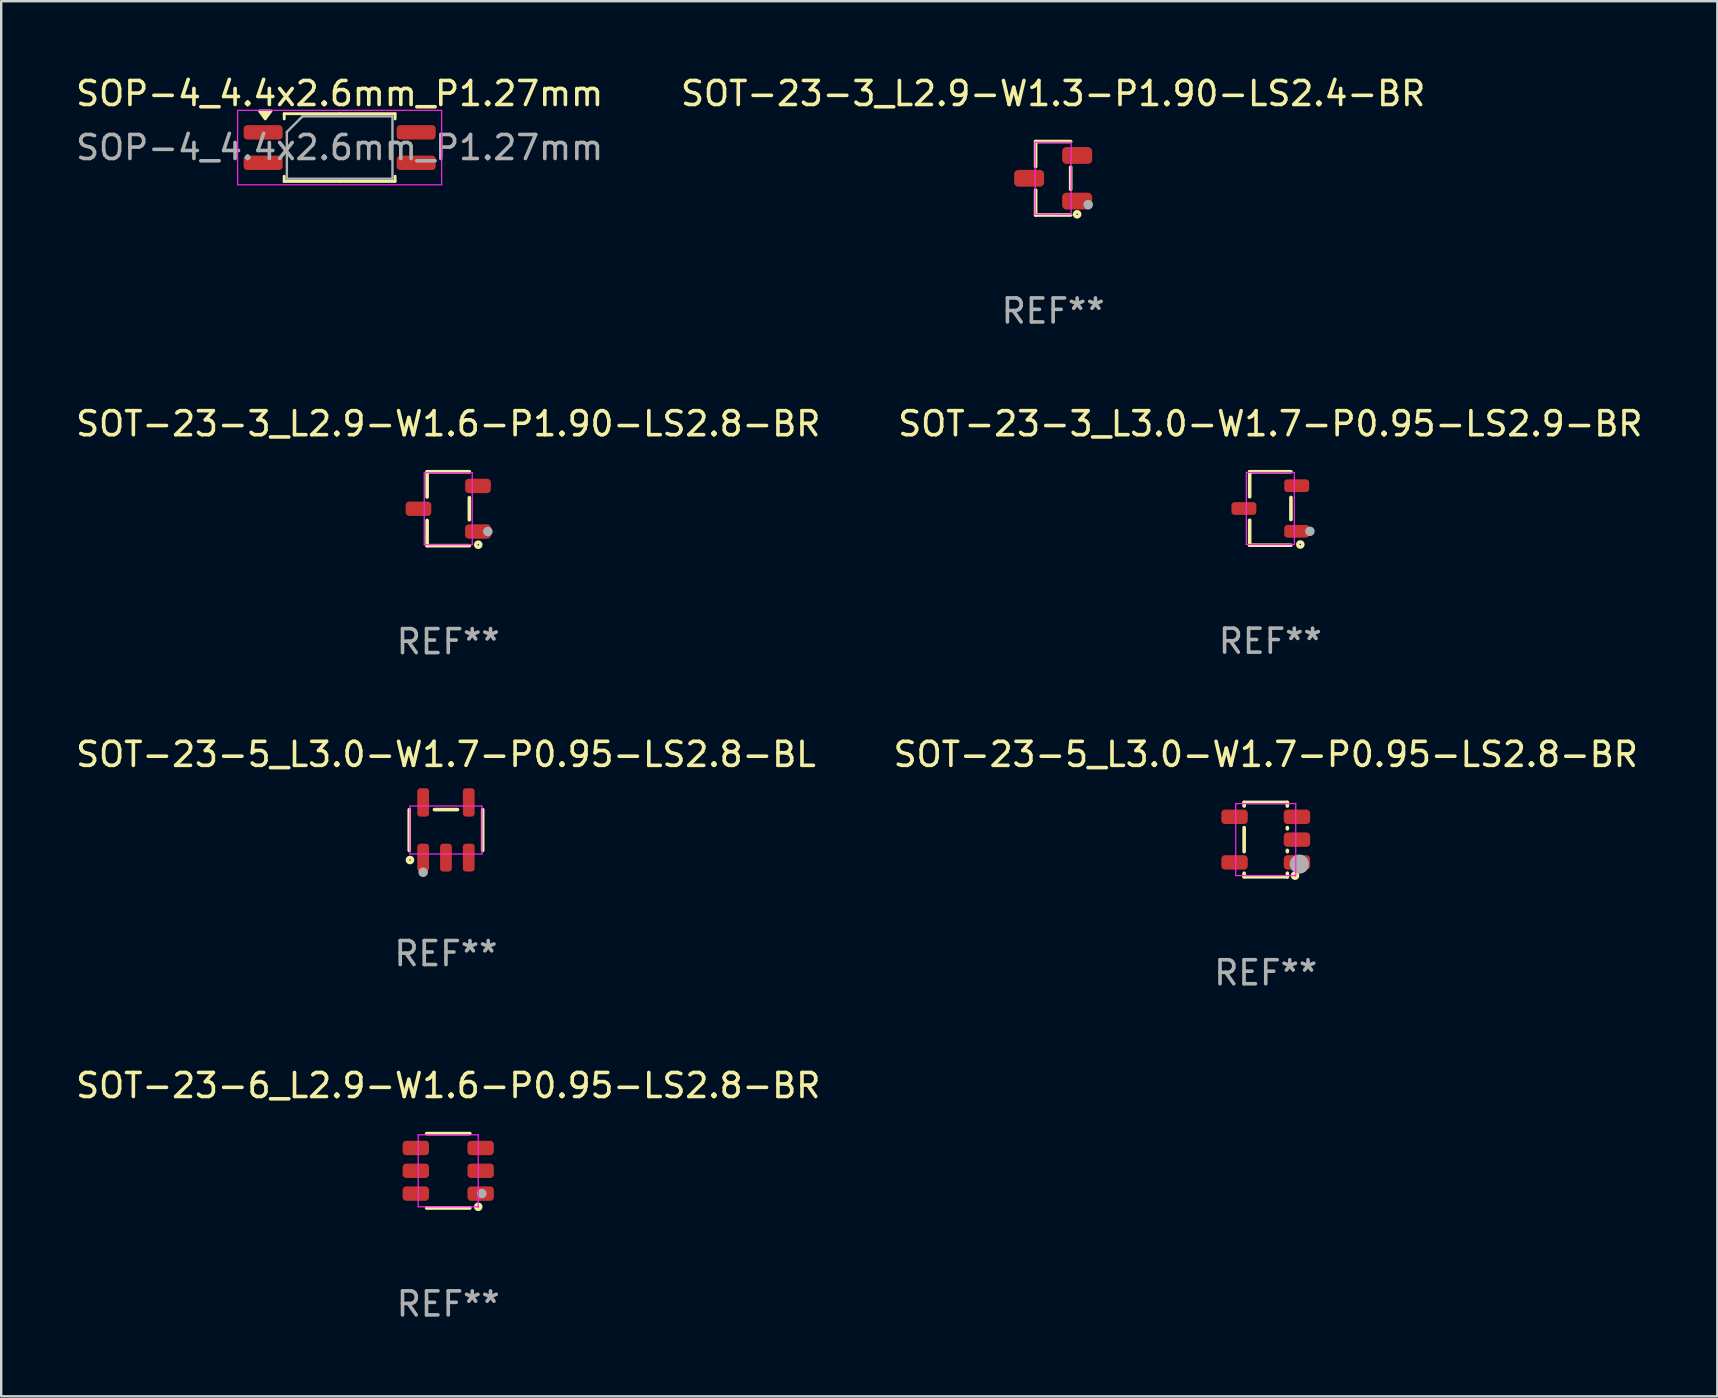
<source format=kicad_pcb>
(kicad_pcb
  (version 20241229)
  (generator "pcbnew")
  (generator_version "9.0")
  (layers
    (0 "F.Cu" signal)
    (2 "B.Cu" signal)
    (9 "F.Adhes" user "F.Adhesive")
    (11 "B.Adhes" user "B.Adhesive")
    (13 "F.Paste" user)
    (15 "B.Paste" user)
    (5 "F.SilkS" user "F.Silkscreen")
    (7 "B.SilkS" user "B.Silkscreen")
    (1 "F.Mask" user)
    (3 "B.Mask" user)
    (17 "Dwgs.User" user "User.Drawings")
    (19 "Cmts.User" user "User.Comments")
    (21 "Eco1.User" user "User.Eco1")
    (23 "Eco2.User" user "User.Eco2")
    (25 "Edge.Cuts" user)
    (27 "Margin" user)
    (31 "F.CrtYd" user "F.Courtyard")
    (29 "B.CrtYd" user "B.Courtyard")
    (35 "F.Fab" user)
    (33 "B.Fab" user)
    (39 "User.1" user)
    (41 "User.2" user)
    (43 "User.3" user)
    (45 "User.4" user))
  (footprint "SOT-23-3_L2.9-W1.6-P1.90-LS2.8-BR"
    (layer "F.Cu")
    (at 15.625 18.145)
    (property "Reference" "SOT-23-3_L2.9-W1.6-P1.90-LS2.8-BR" (at 0 -3.54 0) (layer "F.SilkS") (effects (font (size 1 1) (thickness 0.15))))
    (attr smd)
    (fp_line (start -0.88 -1.54) (end -0.88 -0.49) (stroke (width 0.15) (type solid)) (layer "F.SilkS"))
    (fp_line (start -0.88 1.54) (end -0.88 0.49) (stroke (width 0.15) (type solid)) (layer "F.SilkS"))
    (fp_line (start 0.88 -1.54) (end -0.88 -1.54) (stroke (width 0.15) (type solid)) (layer "F.SilkS"))
    (fp_line (start 0.88 -0.46) (end 0.88 0.46) (stroke (width 0.15) (type solid)) (layer "F.SilkS"))
    (fp_line (start 0.88 1.54) (end -0.88 1.54) (stroke (width 0.15) (type solid)) (layer "F.SilkS"))
    (fp_circle (center 1.25 1.5) (end 1.28 1.5) (stroke (width 0.15) (type solid)) (fill no) (layer "F.SilkS"))
    (fp_line (start -1 -1.5) (end -1 1.5) (stroke (width 0.05) (type default)) (layer "F.CrtYd"))
    (fp_line (start -1 1.5) (end 1 1.5) (stroke (width 0.05) (type default)) (layer "F.CrtYd"))
    (fp_line (start 1 -1.5) (end -1 -1.5) (stroke (width 0.05) (type default)) (layer "F.CrtYd"))
    (fp_line (start 1 1.5) (end 1 -1.5) (stroke (width 0.05) (type default)) (layer "F.CrtYd"))
    (fp_circle (center 1.65 0.95) (end 1.75 0.95) (stroke (width 0.2) (type solid)) (fill no) (layer "F.Fab"))
    (fp_text user "REF**" (at 0 5.54 0) (layer "F.Fab") (effects (font (size 1 1) (thickness 0.15))))
    (pad "1" smd roundrect (at 1.24 0.95) (size 1.07 0.6) (layers "F.Cu" "F.Mask" "F.Paste") (roundrect_rratio 0.25))
    (pad "2" smd roundrect (at 1.24 -0.95) (size 1.07 0.6) (layers "F.Cu" "F.Mask" "F.Paste") (roundrect_rratio 0.25))
    (pad "3" smd roundrect (at -1.24 0) (size 1.07 0.6) (layers "F.Cu" "F.Mask" "F.Paste") (roundrect_rratio 0.25)))
  (footprint "SOT-23-3_L2.9-W1.3-P1.90-LS2.4-BR"
    (layer "F.Cu")
    (at 40.827 4.378)
    (property "Reference" "SOT-23-3_L2.9-W1.3-P1.90-LS2.4-BR" (at 0 -3.53 0) (layer "F.SilkS") (effects (font (size 1 1) (thickness 0.15))))
    (attr smd)
    (fp_line (start -0.73 -1.53) (end -0.73 -0.49) (stroke (width 0.15) (type solid)) (layer "F.SilkS"))
    (fp_line (start -0.73 1.53) (end -0.73 0.49) (stroke (width 0.15) (type solid)) (layer "F.SilkS"))
    (fp_line (start 0.73 -1.53) (end -0.73 -1.53) (stroke (width 0.15) (type solid)) (layer "F.SilkS"))
    (fp_line (start 0.73 -0.46) (end 0.73 0.46) (stroke (width 0.15) (type solid)) (layer "F.SilkS"))
    (fp_line (start 0.73 1.53) (end -0.73 1.53) (stroke (width 0.15) (type solid)) (layer "F.SilkS"))
    (fp_circle (center 1 1.5) (end 1.03 1.5) (stroke (width 0.15) (type solid)) (fill no) (layer "F.SilkS"))
    (fp_line (start -0.75 -1.5) (end -0.75 1.5) (stroke (width 0.05) (type default)) (layer "F.CrtYd"))
    (fp_line (start -0.75 1.5) (end 0.75 1.5) (stroke (width 0.05) (type default)) (layer "F.CrtYd"))
    (fp_line (start 0.75 -1.5) (end -0.75 -1.5) (stroke (width 0.05) (type default)) (layer "F.CrtYd"))
    (fp_line (start 0.75 1.5) (end 0.75 -1.5) (stroke (width 0.05) (type default)) (layer "F.CrtYd"))
    (fp_circle (center 1.46 1.1) (end 1.56 1.1) (stroke (width 0.2) (type solid)) (fill no) (layer "F.Fab"))
    (fp_text user "REF**" (at 0 5.53 0) (layer "F.Fab") (effects (font (size 1 1) (thickness 0.15))))
    (pad "1" smd roundrect (at 1 0.95) (size 1.25 0.7) (layers "F.Cu" "F.Mask" "F.Paste") (roundrect_rratio 0.25))
    (pad "2" smd roundrect (at 1 -0.95) (size 1.25 0.7) (layers "F.Cu" "F.Mask" "F.Paste") (roundrect_rratio 0.25))
    (pad "3" smd roundrect (at -1 0) (size 1.25 0.7) (layers "F.Cu" "F.Mask" "F.Paste") (roundrect_rratio 0.25)))
  (footprint "SOT-23-5_L3.0-W1.7-P0.95-LS2.8-BR"
    (layer "F.Cu")
    (at 49.685 31.931)
    (property "Reference" "SOT-23-5_L3.0-W1.7-P0.95-LS2.8-BR" (at 0 -3.55 0) (layer "F.SilkS") (effects (font (size 1 1) (thickness 0.15))))
    (attr smd)
    (fp_line (start -0.9 -1.55) (end -0.9 -1.4) (stroke (width 0.15) (type solid)) (layer "F.SilkS"))
    (fp_line (start -0.9 -1.55) (end 0.9 -1.55) (stroke (width 0.15) (type solid)) (layer "F.SilkS"))
    (fp_line (start -0.9 -0.5) (end -0.9 0.5) (stroke (width 0.15) (type solid)) (layer "F.SilkS"))
    (fp_line (start -0.9 1.4) (end -0.9 1.55) (stroke (width 0.15) (type solid)) (layer "F.SilkS"))
    (fp_line (start -0.9 1.55) (end 0.9 1.55) (stroke (width 0.15) (type solid)) (layer "F.SilkS"))
    (fp_line (start 0.9 -1.55) (end 0.9 -1.4) (stroke (width 0.15) (type solid)) (layer "F.SilkS"))
    (fp_line (start 0.9 -0.5) (end 0.9 -0.45) (stroke (width 0.15) (type solid)) (layer "F.SilkS"))
    (fp_line (start 0.9 0.45) (end 0.9 0.5) (stroke (width 0.15) (type solid)) (layer "F.SilkS"))
    (fp_line (start 0.9 1.4) (end 0.9 1.55) (stroke (width 0.15) (type solid)) (layer "F.SilkS"))
    (fp_circle (center 1.22 1.5) (end 1.25 1.5) (stroke (width 0.15) (type solid)) (fill no) (layer "F.SilkS"))
    (fp_line (start -1.25 -1.5) (end 1.25 -1.5) (stroke (width 0.05) (type default)) (layer "F.CrtYd"))
    (fp_line (start -1.25 1.5) (end -1.25 -1.5) (stroke (width 0.05) (type default)) (layer "F.CrtYd"))
    (fp_line (start 1.25 -1.5) (end 1.25 1.5) (stroke (width 0.05) (type default)) (layer "F.CrtYd"))
    (fp_line (start 1.25 1.5) (end -1.25 1.5) (stroke (width 0.05) (type default)) (layer "F.CrtYd"))
    (fp_circle (center 1.4 1.02) (end 1.6 1.02) (stroke (width 0.4) (type solid)) (fill no) (layer "F.Fab"))
    (fp_text user "REF**" (at 0 5.55 0) (layer "F.Fab") (effects (font (size 1 1) (thickness 0.15))))
    (pad "1" smd roundrect (at 1.3 0.95) (size 1.1 0.6) (layers "F.Cu" "F.Mask" "F.Paste") (roundrect_rratio 0.25))
    (pad "2" smd roundrect (at 1.3 0) (size 1.1 0.6) (layers "F.Cu" "F.Mask" "F.Paste") (roundrect_rratio 0.25))
    (pad "3" smd roundrect (at 1.3 -0.95) (size 1.1 0.6) (layers "F.Cu" "F.Mask" "F.Paste") (roundrect_rratio 0.25))
    (pad "4" smd roundrect (at -1.3 -0.95) (size 1.1 0.6) (layers "F.Cu" "F.Mask" "F.Paste") (roundrect_rratio 0.25))
    (pad "5" smd roundrect (at -1.3 0.95) (size 1.1 0.6) (layers "F.Cu" "F.Mask" "F.Paste") (roundrect_rratio 0.25)))
  (footprint "SOP-4_4.4x2.6mm_P1.27mm"
    (layer "F.Cu")
    (at 11.101 3.098)
    (property "Reference" "SOP-4_4.4x2.6mm_P1.27mm" (at 0 -2.25 0) (layer "F.SilkS") (effects (font (size 1 1) (thickness 0.15))))
    (attr smd)
    (fp_line (start -2.31 -1.41) (end -2.31 -1.195) (stroke (width 0.12) (type solid)) (layer "F.SilkS"))
    (fp_line (start -2.31 1.41) (end -2.31 1.195) (stroke (width 0.12) (type solid)) (layer "F.SilkS"))
    (fp_line (start 0 -1.41) (end -2.31 -1.41) (stroke (width 0.12) (type solid)) (layer "F.SilkS"))
    (fp_line (start 0 -1.41) (end 2.31 -1.41) (stroke (width 0.12) (type solid)) (layer "F.SilkS"))
    (fp_line (start 0 1.41) (end -2.31 1.41) (stroke (width 0.12) (type solid)) (layer "F.SilkS"))
    (fp_line (start 0 1.41) (end 2.31 1.41) (stroke (width 0.12) (type solid)) (layer "F.SilkS"))
    (fp_line (start 2.31 -1.41) (end 2.31 -1.195) (stroke (width 0.12) (type solid)) (layer "F.SilkS"))
    (fp_line (start 2.31 1.41) (end 2.31 1.195) (stroke (width 0.12) (type solid)) (layer "F.SilkS"))
    (fp_poly (pts (xy -3.1 -1.195) (xy -3.34 -1.525) (xy -2.86 -1.525) (xy -3.1 -1.195)) (stroke (width 0.12) (type solid)) (fill yes) (layer "F.SilkS"))
    (fp_line (start -4.25 -1.55) (end -4.25 1.55) (stroke (width 0.05) (type solid)) (layer "F.CrtYd"))
    (fp_line (start -4.25 1.55) (end 4.25 1.55) (stroke (width 0.05) (type solid)) (layer "F.CrtYd"))
    (fp_line (start 4.25 -1.55) (end -4.25 -1.55) (stroke (width 0.05) (type solid)) (layer "F.CrtYd"))
    (fp_line (start 4.25 1.55) (end 4.25 -1.55) (stroke (width 0.05) (type solid)) (layer "F.CrtYd"))
    (fp_line (start -2.2 -0.65) (end -1.55 -1.3) (stroke (width 0.1) (type solid)) (layer "F.Fab"))
    (fp_line (start -2.2 1.3) (end -2.2 -0.65) (stroke (width 0.1) (type solid)) (layer "F.Fab"))
    (fp_line (start -1.55 -1.3) (end 2.2 -1.3) (stroke (width 0.1) (type solid)) (layer "F.Fab"))
    (fp_line (start 2.2 -1.3) (end 2.2 1.3) (stroke (width 0.1) (type solid)) (layer "F.Fab"))
    (fp_line (start 2.2 1.3) (end -2.2 1.3) (stroke (width 0.1) (type solid)) (layer "F.Fab"))
    (fp_text user "${REFERENCE}" (at 0 0 0) (layer "F.Fab") (effects (font (size 1 1) (thickness 0.15))))
    (pad "1" smd roundrect (at -3.188 -0.635) (size 1.625 0.6) (layers "F.Cu" "F.Mask" "F.Paste") (roundrect_rratio 0.25))
    (pad "2" smd roundrect (at -3.188 0.635) (size 1.625 0.6) (layers "F.Cu" "F.Mask" "F.Paste") (roundrect_rratio 0.25))
    (pad "3" smd roundrect (at 3.188 0.635) (size 1.625 0.6) (layers "F.Cu" "F.Mask" "F.Paste") (roundrect_rratio 0.25))
    (pad "4" smd roundrect (at 3.188 -0.635) (size 1.625 0.6) (layers "F.Cu" "F.Mask" "F.Paste") (roundrect_rratio 0.25)))
  (footprint "SOT-23-5_L3.0-W1.7-P0.95-LS2.8-BL"
    (layer "F.Cu")
    (at 15.53 31.531)
    (property "Reference" "SOT-23-5_L3.0-W1.7-P0.95-LS2.8-BL" (at 0 -3.15 0) (layer "F.SilkS") (effects (font (size 1 1) (thickness 0.15))))
    (attr smd)
    (fp_line (start -1.53 0.85) (end -1.53 -0.85) (stroke (width 0.15) (type solid)) (layer "F.SilkS"))
    (fp_line (start 0.48 -0.85) (end -0.48 -0.85) (stroke (width 0.15) (type solid)) (layer "F.SilkS"))
    (fp_line (start 1.53 0.85) (end 1.53 -0.85) (stroke (width 0.15) (type solid)) (layer "F.SilkS"))
    (fp_circle (center -1.5 1.25) (end -1.47 1.25) (stroke (width 0.15) (type solid)) (fill no) (layer "F.SilkS"))
    (fp_line (start -1.5 -1) (end 1.5 -1) (stroke (width 0.05) (type default)) (layer "F.CrtYd"))
    (fp_line (start -1.5 1) (end -1.5 -1) (stroke (width 0.05) (type default)) (layer "F.CrtYd"))
    (fp_line (start 1.5 -1) (end 1.5 1) (stroke (width 0.05) (type default)) (layer "F.CrtYd"))
    (fp_line (start 1.5 1) (end -1.5 1) (stroke (width 0.05) (type default)) (layer "F.CrtYd"))
    (fp_circle (center -0.95 1.76) (end -0.85 1.76) (stroke (width 0.2) (type solid)) (fill no) (layer "F.Fab"))
    (fp_text user "REF**" (at 0 5.15 0) (layer "F.Fab") (effects (font (size 1 1) (thickness 0.15))))
    (pad "1" smd roundrect (at -0.95 1.15) (size 0.49 1.16) (layers "F.Cu" "F.Mask" "F.Paste") (roundrect_rratio 0.25))
    (pad "2" smd roundrect (at 0 1.15) (size 0.49 1.16) (layers "F.Cu" "F.Mask" "F.Paste") (roundrect_rratio 0.25))
    (pad "3" smd roundrect (at 0.95 1.15) (size 0.49 1.16) (layers "F.Cu" "F.Mask" "F.Paste") (roundrect_rratio 0.25))
    (pad "4" smd roundrect (at 0.95 -1.15) (size 0.49 1.18) (layers "F.Cu" "F.Mask" "F.Paste") (roundrect_rratio 0.25))
    (pad "5" smd roundrect (at -0.95 -1.15) (size 0.49 1.18) (layers "F.Cu" "F.Mask" "F.Paste") (roundrect_rratio 0.25)))
  (footprint "SOT-23-3_L3.0-W1.7-P0.95-LS2.9-BR"
    (layer "F.Cu")
    (at 49.875 18.135)
    (property "Reference" "SOT-23-3_L3.0-W1.7-P0.95-LS2.9-BR" (at 0 -3.53 0) (layer "F.SilkS") (effects (font (size 1 1) (thickness 0.15))))
    (attr smd)
    (fp_line (start -0.86 -1.53) (end -0.86 -0.49) (stroke (width 0.15) (type solid)) (layer "F.SilkS"))
    (fp_line (start -0.86 1.53) (end -0.86 0.49) (stroke (width 0.15) (type solid)) (layer "F.SilkS"))
    (fp_line (start 0.86 -1.53) (end -0.86 -1.53) (stroke (width 0.15) (type solid)) (layer "F.SilkS"))
    (fp_line (start 0.86 -0.46) (end 0.86 0.46) (stroke (width 0.15) (type solid)) (layer "F.SilkS"))
    (fp_line (start 0.86 1.53) (end -0.86 1.53) (stroke (width 0.15) (type solid)) (layer "F.SilkS"))
    (fp_circle (center 1.25 1.5) (end 1.28 1.5) (stroke (width 0.15) (type solid)) (fill no) (layer "F.SilkS"))
    (fp_line (start -1 -1.5) (end -1 1.5) (stroke (width 0.05) (type default)) (layer "F.CrtYd"))
    (fp_line (start -1 1.5) (end 1 1.5) (stroke (width 0.05) (type default)) (layer "F.CrtYd"))
    (fp_line (start 1 -1.5) (end -1 -1.5) (stroke (width 0.05) (type default)) (layer "F.CrtYd"))
    (fp_line (start 1 1.5) (end 1 -1.5) (stroke (width 0.05) (type default)) (layer "F.CrtYd"))
    (fp_circle (center 1.65 0.95) (end 1.75 0.95) (stroke (width 0.2) (type solid)) (fill no) (layer "F.Fab"))
    (fp_text user "REF**" (at 0 5.53 0) (layer "F.Fab") (effects (font (size 1 1) (thickness 0.15))))
    (pad "1" smd roundrect (at 1.1 0.95) (size 1.04 0.53) (layers "F.Cu" "F.Mask" "F.Paste") (roundrect_rratio 0.25))
    (pad "2" smd roundrect (at 1.1 -0.95) (size 1.04 0.53) (layers "F.Cu" "F.Mask" "F.Paste") (roundrect_rratio 0.25))
    (pad "3" smd roundrect (at -1.1 0) (size 1.04 0.53) (layers "F.Cu" "F.Mask" "F.Paste") (roundrect_rratio 0.25)))
  (footprint "SOT-23-6_L2.9-W1.6-P0.95-LS2.8-BR"
    (layer "F.Cu")
    (at 15.625 45.728)
    (property "Reference" "SOT-23-6_L2.9-W1.6-P0.95-LS2.8-BR" (at 0 -3.55 0) (layer "F.SilkS") (effects (font (size 1 1) (thickness 0.15))))
    (attr smd)
    (fp_line (start -0.9 -1.55) (end 0.9 -1.55) (stroke (width 0.15) (type solid)) (layer "F.SilkS"))
    (fp_line (start -0.9 1.55) (end 0.9 1.55) (stroke (width 0.15) (type solid)) (layer "F.SilkS"))
    (fp_circle (center 1.25 1.5) (end 1.28 1.5) (stroke (width 0.15) (type solid)) (fill no) (layer "F.SilkS"))
    (fp_line (start -1.25 -1.5) (end 1.25 -1.5) (stroke (width 0.05) (type default)) (layer "F.CrtYd"))
    (fp_line (start -1.25 1.5) (end -1.25 -1.5) (stroke (width 0.05) (type default)) (layer "F.CrtYd"))
    (fp_line (start 1.25 -1.5) (end 1.25 1.5) (stroke (width 0.05) (type default)) (layer "F.CrtYd"))
    (fp_line (start 1.25 1.5) (end -1.25 1.5) (stroke (width 0.05) (type default)) (layer "F.CrtYd"))
    (fp_circle (center 1.4 0.95) (end 1.5 0.95) (stroke (width 0.2) (type solid)) (fill no) (layer "F.Fab"))
    (fp_text user "REF**" (at 0 5.55 0) (layer "F.Fab") (effects (font (size 1 1) (thickness 0.15))))
    (pad "1" smd roundrect (at 1.35 0.95) (size 1.1 0.6) (layers "F.Cu" "F.Mask" "F.Paste") (roundrect_rratio 0.25))
    (pad "2" smd roundrect (at 1.35 0) (size 1.1 0.6) (layers "F.Cu" "F.Mask" "F.Paste") (roundrect_rratio 0.25))
    (pad "3" smd roundrect (at 1.35 -0.95) (size 1.1 0.6) (layers "F.Cu" "F.Mask" "F.Paste") (roundrect_rratio 0.25))
    (pad "4" smd roundrect (at -1.35 -0.95) (size 1.1 0.6) (layers "F.Cu" "F.Mask" "F.Paste") (roundrect_rratio 0.25))
    (pad "5" smd roundrect (at -1.35 0) (size 1.1 0.6) (layers "F.Cu" "F.Mask" "F.Paste") (roundrect_rratio 0.25))
    (pad "6" smd roundrect (at -1.35 0.95) (size 1.1 0.6) (layers "F.Cu" "F.Mask" "F.Paste") (roundrect_rratio 0.25)))
  (gr_rect
    (start -3 -3)
    (end 68.5 55.126)
    (stroke (width 0.1) (type default))
    (fill no)
    (layer "Edge.Cuts")))
</source>
